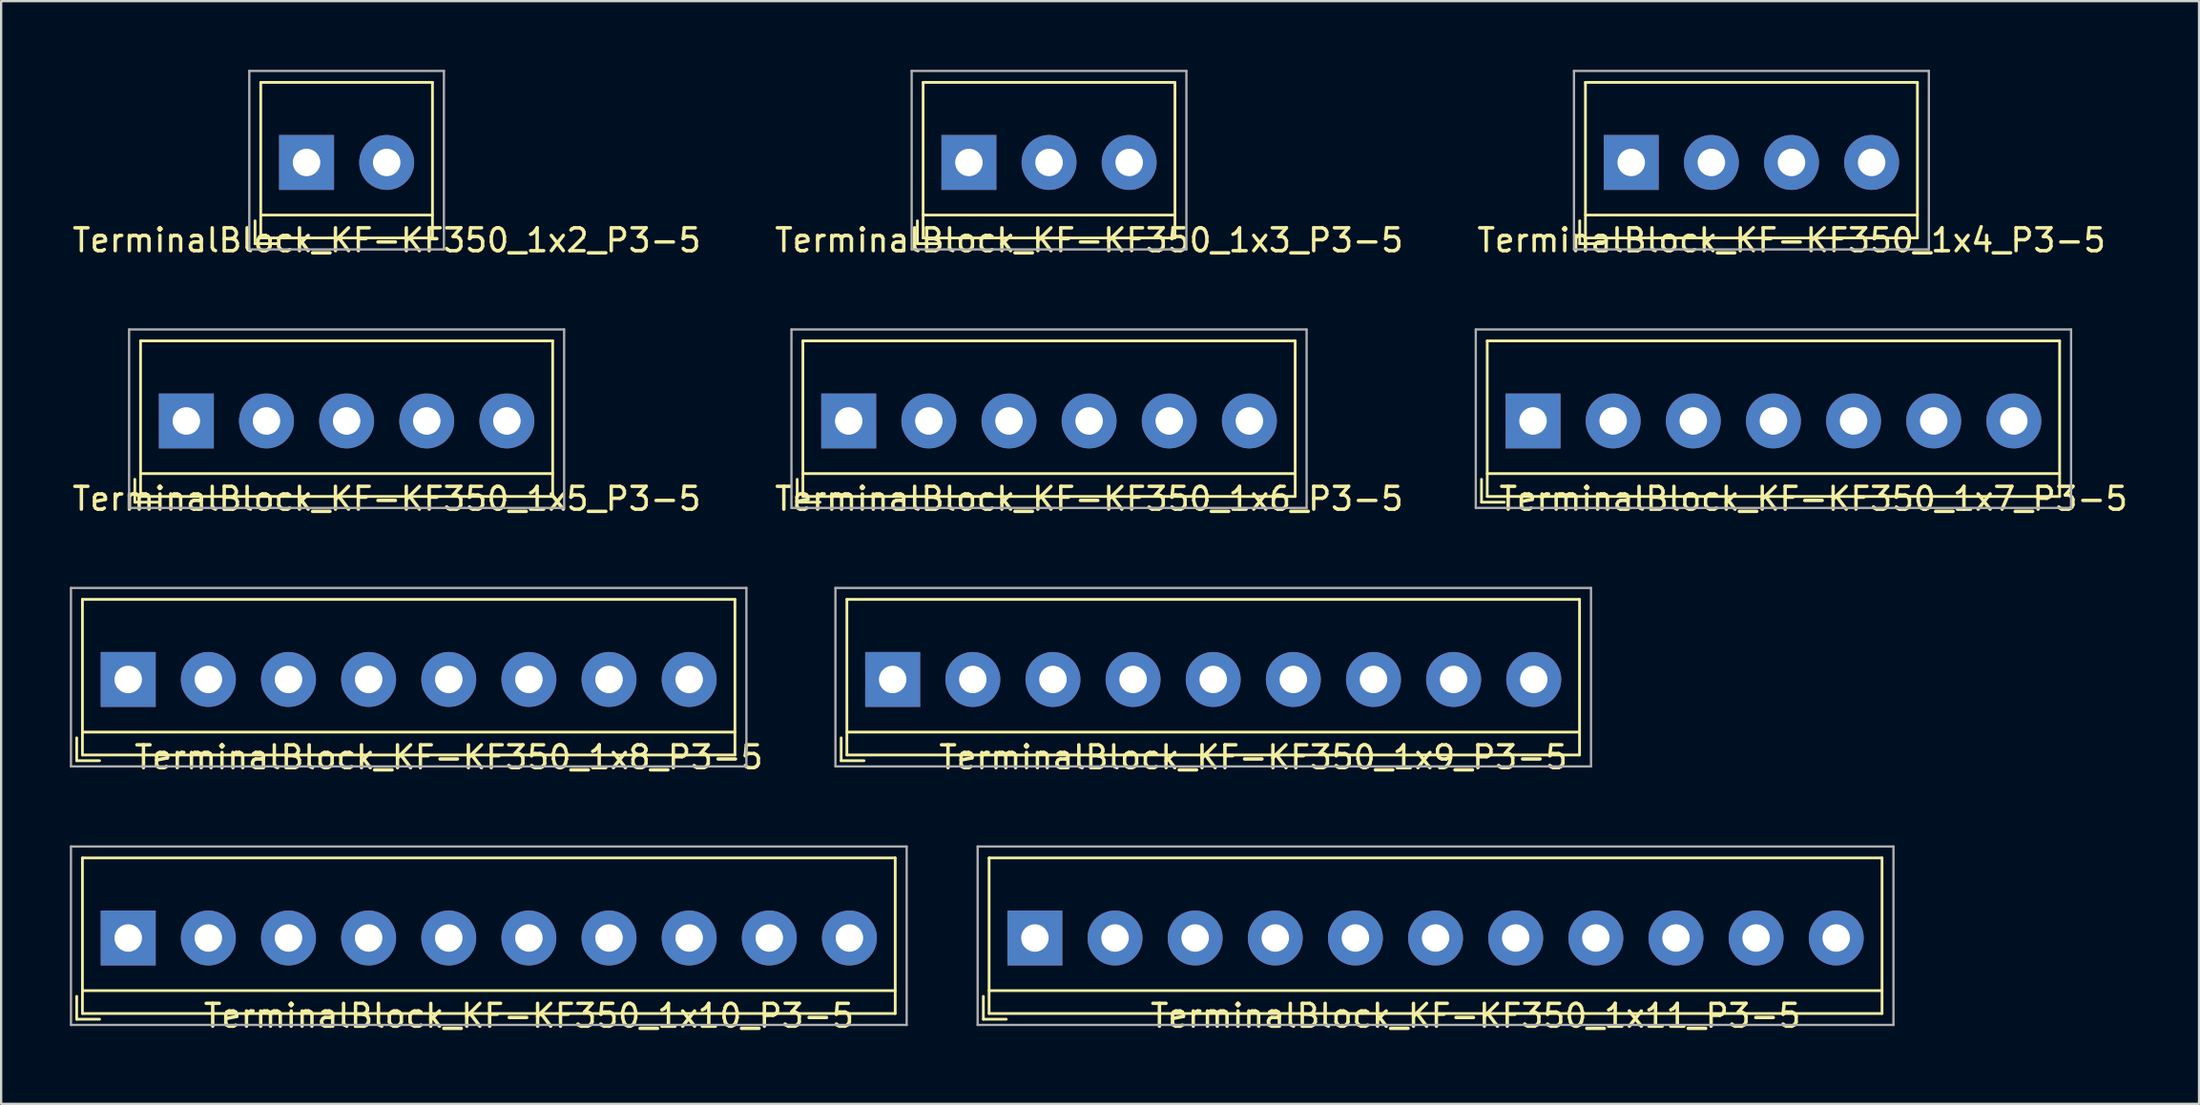
<source format=kicad_pcb>
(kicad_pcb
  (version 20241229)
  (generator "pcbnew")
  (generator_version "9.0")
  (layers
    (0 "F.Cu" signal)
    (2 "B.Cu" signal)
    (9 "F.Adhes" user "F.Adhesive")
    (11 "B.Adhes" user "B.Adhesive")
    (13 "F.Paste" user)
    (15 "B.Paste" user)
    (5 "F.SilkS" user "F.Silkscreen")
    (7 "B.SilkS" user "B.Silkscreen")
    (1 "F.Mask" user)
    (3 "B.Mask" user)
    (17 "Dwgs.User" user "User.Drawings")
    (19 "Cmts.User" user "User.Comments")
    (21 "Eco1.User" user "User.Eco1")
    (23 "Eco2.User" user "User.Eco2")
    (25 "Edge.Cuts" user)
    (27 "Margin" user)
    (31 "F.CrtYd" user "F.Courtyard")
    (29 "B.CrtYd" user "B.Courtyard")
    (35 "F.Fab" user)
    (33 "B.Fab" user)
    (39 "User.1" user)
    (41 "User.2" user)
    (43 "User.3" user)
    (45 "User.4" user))
  (footprint "TerminalBlock_KF-KF350_1x11_P3-5"
    (layer "F.Cu")
    (at 42.15 37.945)
    (property "Reference" "TerminalBlock_KF-KF350_1x11_P3-5" (at 19.25 3.4 0) (layer "F.SilkS") (effects (font (size 1 1) (thickness 0.15))))
    (attr through_hole)
    (fp_line (start -2.25 3.55) (end -2.25 2.55) (stroke (width 0.12) (type solid)) (layer "F.SilkS"))
    (fp_line (start -2.25 3.55) (end -1.25 3.55) (stroke (width 0.12) (type solid)) (layer "F.SilkS"))
    (fp_line (start -2 -3.5) (end 37 -3.5) (stroke (width 0.12) (type solid)) (layer "F.SilkS"))
    (fp_line (start -2 2.3) (end 37 2.3) (stroke (width 0.12) (type solid)) (layer "F.SilkS"))
    (fp_line (start -2 3.3) (end -2 -3.5) (stroke (width 0.12) (type solid)) (layer "F.SilkS"))
    (fp_line (start 37 3.3) (end -2 3.3) (stroke (width 0.12) (type solid)) (layer "F.SilkS"))
    (fp_line (start 37 3.3) (end 37 -3.5) (stroke (width 0.12) (type solid)) (layer "F.SilkS"))
    (fp_line (start -2.5 -4) (end 37.5 -4) (stroke (width 0.1) (type solid)) (layer "F.Fab"))
    (fp_line (start -2.5 3.8) (end -2.5 -4) (stroke (width 0.1) (type solid)) (layer "F.Fab"))
    (fp_line (start 37.5 3.8) (end -2.5 3.8) (stroke (width 0.1) (type solid)) (layer "F.Fab"))
    (fp_line (start 37.5 3.8) (end 37.5 -4) (stroke (width 0.1) (type solid)) (layer "F.Fab"))
    (pad "1" thru_hole rect (at 0 0) (size 2.4 2.4) (drill 1.2) (layers "*.Cu" "*.Mask"))
    (pad "2" thru_hole circle (at 3.5 0) (size 2.4 2.4) (drill 1.2) (layers "*.Cu" "*.Mask"))
    (pad "3" thru_hole circle (at 7 0) (size 2.4 2.4) (drill 1.2) (layers "*.Cu" "*.Mask"))
    (pad "4" thru_hole circle (at 10.5 0) (size 2.4 2.4) (drill 1.2) (layers "*.Cu" "*.Mask"))
    (pad "5" thru_hole circle (at 14 0) (size 2.4 2.4) (drill 1.2) (layers "*.Cu" "*.Mask"))
    (pad "6" thru_hole circle (at 17.5 0) (size 2.4 2.4) (drill 1.2) (layers "*.Cu" "*.Mask"))
    (pad "7" thru_hole circle (at 21 0) (size 2.4 2.4) (drill 1.2) (layers "*.Cu" "*.Mask"))
    (pad "8" thru_hole circle (at 24.5 0) (size 2.4 2.4) (drill 1.2) (layers "*.Cu" "*.Mask"))
    (pad "9" thru_hole circle (at 28 0) (size 2.4 2.4) (drill 1.2) (layers "*.Cu" "*.Mask"))
    (pad "10" thru_hole circle (at 31.5 0) (size 2.4 2.4) (drill 1.2) (layers "*.Cu" "*.Mask"))
    (pad "11" thru_hole circle (at 35 0) (size 2.4 2.4) (drill 1.2) (layers "*.Cu" "*.Mask")))
  (footprint "TerminalBlock_KF-KF350_1x3_P3-5"
    (layer "F.Cu")
    (at 39.268 4.05)
    (property "Reference" "TerminalBlock_KF-KF350_1x3_P3-5" (at 5.25 3.4 0) (layer "F.SilkS") (effects (font (size 1 1) (thickness 0.15))))
    (attr through_hole)
    (fp_line (start -2.25 3.55) (end -2.25 2.55) (stroke (width 0.12) (type solid)) (layer "F.SilkS"))
    (fp_line (start -2.25 3.55) (end -1.25 3.55) (stroke (width 0.12) (type solid)) (layer "F.SilkS"))
    (fp_line (start -2 -3.5) (end 9 -3.5) (stroke (width 0.12) (type solid)) (layer "F.SilkS"))
    (fp_line (start -2 2.3) (end 9 2.3) (stroke (width 0.12) (type solid)) (layer "F.SilkS"))
    (fp_line (start -2 3.3) (end -2 -3.5) (stroke (width 0.12) (type solid)) (layer "F.SilkS"))
    (fp_line (start 9 3.3) (end -2 3.3) (stroke (width 0.12) (type solid)) (layer "F.SilkS"))
    (fp_line (start 9 3.3) (end 9 -3.5) (stroke (width 0.12) (type solid)) (layer "F.SilkS"))
    (fp_line (start -2.5 -4) (end 9.5 -4) (stroke (width 0.1) (type solid)) (layer "F.Fab"))
    (fp_line (start -2.5 3.8) (end -2.5 -4) (stroke (width 0.1) (type solid)) (layer "F.Fab"))
    (fp_line (start 9.5 3.8) (end -2.5 3.8) (stroke (width 0.1) (type solid)) (layer "F.Fab"))
    (fp_line (start 9.5 3.8) (end 9.5 -4) (stroke (width 0.1) (type solid)) (layer "F.Fab"))
    (pad "1" thru_hole rect (at 0 0) (size 2.4 2.4) (drill 1.2) (layers "*.Cu" "*.Mask"))
    (pad "2" thru_hole circle (at 3.5 0) (size 2.4 2.4) (drill 1.2) (layers "*.Cu" "*.Mask"))
    (pad "3" thru_hole circle (at 7 0) (size 2.4 2.4) (drill 1.2) (layers "*.Cu" "*.Mask")))
  (footprint "TerminalBlock_KF-KF350_1x2_P3-5"
    (layer "F.Cu")
    (at 10.339 4.05)
    (property "Reference" "TerminalBlock_KF-KF350_1x2_P3-5" (at 3.5 3.4 0) (layer "F.SilkS") (effects (font (size 1 1) (thickness 0.15))))
    (attr through_hole)
    (fp_line (start -2.25 3.55) (end -2.25 2.55) (stroke (width 0.12) (type solid)) (layer "F.SilkS"))
    (fp_line (start -2.25 3.55) (end -1.25 3.55) (stroke (width 0.12) (type solid)) (layer "F.SilkS"))
    (fp_line (start -2 -3.5) (end 5.5 -3.5) (stroke (width 0.12) (type solid)) (layer "F.SilkS"))
    (fp_line (start -2 2.3) (end 5.5 2.3) (stroke (width 0.12) (type solid)) (layer "F.SilkS"))
    (fp_line (start -2 3.3) (end -2 -3.5) (stroke (width 0.12) (type solid)) (layer "F.SilkS"))
    (fp_line (start 5.5 3.3) (end -2 3.3) (stroke (width 0.12) (type solid)) (layer "F.SilkS"))
    (fp_line (start 5.5 3.3) (end 5.5 -3.5) (stroke (width 0.12) (type solid)) (layer "F.SilkS"))
    (fp_line (start -2.5 -4) (end 6 -4) (stroke (width 0.1) (type solid)) (layer "F.Fab"))
    (fp_line (start -2.5 3.8) (end -2.5 -4) (stroke (width 0.1) (type solid)) (layer "F.Fab"))
    (fp_line (start 6 3.8) (end -2.5 3.8) (stroke (width 0.1) (type solid)) (layer "F.Fab"))
    (fp_line (start 6 3.8) (end 6 -4) (stroke (width 0.1) (type solid)) (layer "F.Fab"))
    (pad "1" thru_hole rect (at 0 0) (size 2.4 2.4) (drill 1.2) (layers "*.Cu" "*.Mask"))
    (pad "2" thru_hole circle (at 3.5 0) (size 2.4 2.4) (drill 1.2) (layers "*.Cu" "*.Mask")))
  (footprint "TerminalBlock_KF-KF350_1x7_P3-5"
    (layer "F.Cu")
    (at 63.907 15.348)
    (property "Reference" "TerminalBlock_KF-KF350_1x7_P3-5" (at 12.25 3.4 0) (layer "F.SilkS") (effects (font (size 1 1) (thickness 0.15))))
    (attr through_hole)
    (fp_line (start -2.25 3.55) (end -2.25 2.55) (stroke (width 0.12) (type solid)) (layer "F.SilkS"))
    (fp_line (start -2.25 3.55) (end -1.25 3.55) (stroke (width 0.12) (type solid)) (layer "F.SilkS"))
    (fp_line (start -2 -3.5) (end 23 -3.5) (stroke (width 0.12) (type solid)) (layer "F.SilkS"))
    (fp_line (start -2 2.3) (end 23 2.3) (stroke (width 0.12) (type solid)) (layer "F.SilkS"))
    (fp_line (start -2 3.3) (end -2 -3.5) (stroke (width 0.12) (type solid)) (layer "F.SilkS"))
    (fp_line (start 23 3.3) (end -2 3.3) (stroke (width 0.12) (type solid)) (layer "F.SilkS"))
    (fp_line (start 23 3.3) (end 23 -3.5) (stroke (width 0.12) (type solid)) (layer "F.SilkS"))
    (fp_line (start -2.5 -4) (end 23.5 -4) (stroke (width 0.1) (type solid)) (layer "F.Fab"))
    (fp_line (start -2.5 3.8) (end -2.5 -4) (stroke (width 0.1) (type solid)) (layer "F.Fab"))
    (fp_line (start 23.5 3.8) (end -2.5 3.8) (stroke (width 0.1) (type solid)) (layer "F.Fab"))
    (fp_line (start 23.5 3.8) (end 23.5 -4) (stroke (width 0.1) (type solid)) (layer "F.Fab"))
    (pad "1" thru_hole rect (at 0 0) (size 2.4 2.4) (drill 1.2) (layers "*.Cu" "*.Mask"))
    (pad "2" thru_hole circle (at 3.5 0) (size 2.4 2.4) (drill 1.2) (layers "*.Cu" "*.Mask"))
    (pad "3" thru_hole circle (at 7 0) (size 2.4 2.4) (drill 1.2) (layers "*.Cu" "*.Mask"))
    (pad "4" thru_hole circle (at 10.5 0) (size 2.4 2.4) (drill 1.2) (layers "*.Cu" "*.Mask"))
    (pad "5" thru_hole circle (at 14 0) (size 2.4 2.4) (drill 1.2) (layers "*.Cu" "*.Mask"))
    (pad "6" thru_hole circle (at 17.5 0) (size 2.4 2.4) (drill 1.2) (layers "*.Cu" "*.Mask"))
    (pad "7" thru_hole circle (at 21 0) (size 2.4 2.4) (drill 1.2) (layers "*.Cu" "*.Mask")))
  (footprint "TerminalBlock_KF-KF350_1x5_P3-5"
    (layer "F.Cu")
    (at 5.089 15.348)
    (property "Reference" "TerminalBlock_KF-KF350_1x5_P3-5" (at 8.75 3.4 0) (layer "F.SilkS") (effects (font (size 1 1) (thickness 0.15))))
    (attr through_hole)
    (fp_line (start -2.25 3.55) (end -2.25 2.55) (stroke (width 0.12) (type solid)) (layer "F.SilkS"))
    (fp_line (start -2.25 3.55) (end -1.25 3.55) (stroke (width 0.12) (type solid)) (layer "F.SilkS"))
    (fp_line (start -2 -3.5) (end 16 -3.5) (stroke (width 0.12) (type solid)) (layer "F.SilkS"))
    (fp_line (start -2 2.3) (end 16 2.3) (stroke (width 0.12) (type solid)) (layer "F.SilkS"))
    (fp_line (start -2 3.3) (end -2 -3.5) (stroke (width 0.12) (type solid)) (layer "F.SilkS"))
    (fp_line (start 16 3.3) (end -2 3.3) (stroke (width 0.12) (type solid)) (layer "F.SilkS"))
    (fp_line (start 16 3.3) (end 16 -3.5) (stroke (width 0.12) (type solid)) (layer "F.SilkS"))
    (fp_line (start -2.5 -4) (end 16.5 -4) (stroke (width 0.1) (type solid)) (layer "F.Fab"))
    (fp_line (start -2.5 3.8) (end -2.5 -4) (stroke (width 0.1) (type solid)) (layer "F.Fab"))
    (fp_line (start 16.5 3.8) (end -2.5 3.8) (stroke (width 0.1) (type solid)) (layer "F.Fab"))
    (fp_line (start 16.5 3.8) (end 16.5 -4) (stroke (width 0.1) (type solid)) (layer "F.Fab"))
    (pad "1" thru_hole rect (at 0 0) (size 2.4 2.4) (drill 1.2) (layers "*.Cu" "*.Mask"))
    (pad "2" thru_hole circle (at 3.5 0) (size 2.4 2.4) (drill 1.2) (layers "*.Cu" "*.Mask"))
    (pad "3" thru_hole circle (at 7 0) (size 2.4 2.4) (drill 1.2) (layers "*.Cu" "*.Mask"))
    (pad "4" thru_hole circle (at 10.5 0) (size 2.4 2.4) (drill 1.2) (layers "*.Cu" "*.Mask"))
    (pad "5" thru_hole circle (at 14 0) (size 2.4 2.4) (drill 1.2) (layers "*.Cu" "*.Mask")))
  (footprint "TerminalBlock_KF-KF350_1x6_P3-5"
    (layer "F.Cu")
    (at 34.018 15.348)
    (property "Reference" "TerminalBlock_KF-KF350_1x6_P3-5" (at 10.5 3.4 0) (layer "F.SilkS") (effects (font (size 1 1) (thickness 0.15))))
    (attr through_hole)
    (fp_line (start -2.25 3.55) (end -2.25 2.55) (stroke (width 0.12) (type solid)) (layer "F.SilkS"))
    (fp_line (start -2.25 3.55) (end -1.25 3.55) (stroke (width 0.12) (type solid)) (layer "F.SilkS"))
    (fp_line (start -2 -3.5) (end 19.5 -3.5) (stroke (width 0.12) (type solid)) (layer "F.SilkS"))
    (fp_line (start -2 2.3) (end 19.5 2.3) (stroke (width 0.12) (type solid)) (layer "F.SilkS"))
    (fp_line (start -2 3.3) (end -2 -3.5) (stroke (width 0.12) (type solid)) (layer "F.SilkS"))
    (fp_line (start 19.5 3.3) (end -2 3.3) (stroke (width 0.12) (type solid)) (layer "F.SilkS"))
    (fp_line (start 19.5 3.3) (end 19.5 -3.5) (stroke (width 0.12) (type solid)) (layer "F.SilkS"))
    (fp_line (start -2.5 -4) (end 20 -4) (stroke (width 0.1) (type solid)) (layer "F.Fab"))
    (fp_line (start -2.5 3.8) (end -2.5 -4) (stroke (width 0.1) (type solid)) (layer "F.Fab"))
    (fp_line (start 20 3.8) (end -2.5 3.8) (stroke (width 0.1) (type solid)) (layer "F.Fab"))
    (fp_line (start 20 3.8) (end 20 -4) (stroke (width 0.1) (type solid)) (layer "F.Fab"))
    (pad "1" thru_hole rect (at 0 0) (size 2.4 2.4) (drill 1.2) (layers "*.Cu" "*.Mask"))
    (pad "2" thru_hole circle (at 3.5 0) (size 2.4 2.4) (drill 1.2) (layers "*.Cu" "*.Mask"))
    (pad "3" thru_hole circle (at 7 0) (size 2.4 2.4) (drill 1.2) (layers "*.Cu" "*.Mask"))
    (pad "4" thru_hole circle (at 10.5 0) (size 2.4 2.4) (drill 1.2) (layers "*.Cu" "*.Mask"))
    (pad "5" thru_hole circle (at 14 0) (size 2.4 2.4) (drill 1.2) (layers "*.Cu" "*.Mask"))
    (pad "6" thru_hole circle (at 17.5 0) (size 2.4 2.4) (drill 1.2) (layers "*.Cu" "*.Mask")))
  (footprint "TerminalBlock_KF-KF350_1x10_P3-5"
    (layer "F.Cu")
    (at 2.55 37.945)
    (property "Reference" "TerminalBlock_KF-KF350_1x10_P3-5" (at 17.5 3.4 0) (layer "F.SilkS") (effects (font (size 1 1) (thickness 0.15))))
    (attr through_hole)
    (fp_line (start -2.25 3.55) (end -2.25 2.55) (stroke (width 0.12) (type solid)) (layer "F.SilkS"))
    (fp_line (start -2.25 3.55) (end -1.25 3.55) (stroke (width 0.12) (type solid)) (layer "F.SilkS"))
    (fp_line (start -2 -3.5) (end 33.5 -3.5) (stroke (width 0.12) (type solid)) (layer "F.SilkS"))
    (fp_line (start -2 2.3) (end 33.5 2.3) (stroke (width 0.12) (type solid)) (layer "F.SilkS"))
    (fp_line (start -2 3.3) (end -2 -3.5) (stroke (width 0.12) (type solid)) (layer "F.SilkS"))
    (fp_line (start 33.5 3.3) (end -2 3.3) (stroke (width 0.12) (type solid)) (layer "F.SilkS"))
    (fp_line (start 33.5 3.3) (end 33.5 -3.5) (stroke (width 0.12) (type solid)) (layer "F.SilkS"))
    (fp_line (start -2.5 -4) (end 34 -4) (stroke (width 0.1) (type solid)) (layer "F.Fab"))
    (fp_line (start -2.5 3.8) (end -2.5 -4) (stroke (width 0.1) (type solid)) (layer "F.Fab"))
    (fp_line (start 34 3.8) (end -2.5 3.8) (stroke (width 0.1) (type solid)) (layer "F.Fab"))
    (fp_line (start 34 3.8) (end 34 -4) (stroke (width 0.1) (type solid)) (layer "F.Fab"))
    (pad "1" thru_hole rect (at 0 0) (size 2.4 2.4) (drill 1.2) (layers "*.Cu" "*.Mask"))
    (pad "2" thru_hole circle (at 3.5 0) (size 2.4 2.4) (drill 1.2) (layers "*.Cu" "*.Mask"))
    (pad "3" thru_hole circle (at 7 0) (size 2.4 2.4) (drill 1.2) (layers "*.Cu" "*.Mask"))
    (pad "4" thru_hole circle (at 10.5 0) (size 2.4 2.4) (drill 1.2) (layers "*.Cu" "*.Mask"))
    (pad "5" thru_hole circle (at 14 0) (size 2.4 2.4) (drill 1.2) (layers "*.Cu" "*.Mask"))
    (pad "6" thru_hole circle (at 17.5 0) (size 2.4 2.4) (drill 1.2) (layers "*.Cu" "*.Mask"))
    (pad "7" thru_hole circle (at 21 0) (size 2.4 2.4) (drill 1.2) (layers "*.Cu" "*.Mask"))
    (pad "8" thru_hole circle (at 24.5 0) (size 2.4 2.4) (drill 1.2) (layers "*.Cu" "*.Mask"))
    (pad "9" thru_hole circle (at 28 0) (size 2.4 2.4) (drill 1.2) (layers "*.Cu" "*.Mask"))
    (pad "10" thru_hole circle (at 31.5 0) (size 2.4 2.4) (drill 1.2) (layers "*.Cu" "*.Mask")))
  (footprint "TerminalBlock_KF-KF350_1x8_P3-5"
    (layer "F.Cu")
    (at 2.55 26.646)
    (property "Reference" "TerminalBlock_KF-KF350_1x8_P3-5" (at 14 3.4 0) (layer "F.SilkS") (effects (font (size 1 1) (thickness 0.15))))
    (attr through_hole)
    (fp_line (start -2.25 3.55) (end -2.25 2.55) (stroke (width 0.12) (type solid)) (layer "F.SilkS"))
    (fp_line (start -2.25 3.55) (end -1.25 3.55) (stroke (width 0.12) (type solid)) (layer "F.SilkS"))
    (fp_line (start -2 -3.5) (end 26.5 -3.5) (stroke (width 0.12) (type solid)) (layer "F.SilkS"))
    (fp_line (start -2 2.3) (end 26.5 2.3) (stroke (width 0.12) (type solid)) (layer "F.SilkS"))
    (fp_line (start -2 3.3) (end -2 -3.5) (stroke (width 0.12) (type solid)) (layer "F.SilkS"))
    (fp_line (start 26.5 3.3) (end -2 3.3) (stroke (width 0.12) (type solid)) (layer "F.SilkS"))
    (fp_line (start 26.5 3.3) (end 26.5 -3.5) (stroke (width 0.12) (type solid)) (layer "F.SilkS"))
    (fp_line (start -2.5 -4) (end 27 -4) (stroke (width 0.1) (type solid)) (layer "F.Fab"))
    (fp_line (start -2.5 3.8) (end -2.5 -4) (stroke (width 0.1) (type solid)) (layer "F.Fab"))
    (fp_line (start 27 3.8) (end -2.5 3.8) (stroke (width 0.1) (type solid)) (layer "F.Fab"))
    (fp_line (start 27 3.8) (end 27 -4) (stroke (width 0.1) (type solid)) (layer "F.Fab"))
    (pad "1" thru_hole rect (at 0 0) (size 2.4 2.4) (drill 1.2) (layers "*.Cu" "*.Mask"))
    (pad "2" thru_hole circle (at 3.5 0) (size 2.4 2.4) (drill 1.2) (layers "*.Cu" "*.Mask"))
    (pad "3" thru_hole circle (at 7 0) (size 2.4 2.4) (drill 1.2) (layers "*.Cu" "*.Mask"))
    (pad "4" thru_hole circle (at 10.5 0) (size 2.4 2.4) (drill 1.2) (layers "*.Cu" "*.Mask"))
    (pad "5" thru_hole circle (at 14 0) (size 2.4 2.4) (drill 1.2) (layers "*.Cu" "*.Mask"))
    (pad "6" thru_hole circle (at 17.5 0) (size 2.4 2.4) (drill 1.2) (layers "*.Cu" "*.Mask"))
    (pad "7" thru_hole circle (at 21 0) (size 2.4 2.4) (drill 1.2) (layers "*.Cu" "*.Mask"))
    (pad "8" thru_hole circle (at 24.5 0) (size 2.4 2.4) (drill 1.2) (layers "*.Cu" "*.Mask")))
  (footprint "TerminalBlock_KF-KF350_1x9_P3-5"
    (layer "F.Cu")
    (at 35.939 26.646)
    (property "Reference" "TerminalBlock_KF-KF350_1x9_P3-5" (at 15.75 3.4 0) (layer "F.SilkS") (effects (font (size 1 1) (thickness 0.15))))
    (attr through_hole)
    (fp_line (start -2.25 3.55) (end -2.25 2.55) (stroke (width 0.12) (type solid)) (layer "F.SilkS"))
    (fp_line (start -2.25 3.55) (end -1.25 3.55) (stroke (width 0.12) (type solid)) (layer "F.SilkS"))
    (fp_line (start -2 -3.5) (end 30 -3.5) (stroke (width 0.12) (type solid)) (layer "F.SilkS"))
    (fp_line (start -2 2.3) (end 30 2.3) (stroke (width 0.12) (type solid)) (layer "F.SilkS"))
    (fp_line (start -2 3.3) (end -2 -3.5) (stroke (width 0.12) (type solid)) (layer "F.SilkS"))
    (fp_line (start 30 3.3) (end -2 3.3) (stroke (width 0.12) (type solid)) (layer "F.SilkS"))
    (fp_line (start 30 3.3) (end 30 -3.5) (stroke (width 0.12) (type solid)) (layer "F.SilkS"))
    (fp_line (start -2.5 -4) (end 30.5 -4) (stroke (width 0.1) (type solid)) (layer "F.Fab"))
    (fp_line (start -2.5 3.8) (end -2.5 -4) (stroke (width 0.1) (type solid)) (layer "F.Fab"))
    (fp_line (start 30.5 3.8) (end -2.5 3.8) (stroke (width 0.1) (type solid)) (layer "F.Fab"))
    (fp_line (start 30.5 3.8) (end 30.5 -4) (stroke (width 0.1) (type solid)) (layer "F.Fab"))
    (pad "1" thru_hole rect (at 0 0) (size 2.4 2.4) (drill 1.2) (layers "*.Cu" "*.Mask"))
    (pad "2" thru_hole circle (at 3.5 0) (size 2.4 2.4) (drill 1.2) (layers "*.Cu" "*.Mask"))
    (pad "3" thru_hole circle (at 7 0) (size 2.4 2.4) (drill 1.2) (layers "*.Cu" "*.Mask"))
    (pad "4" thru_hole circle (at 10.5 0) (size 2.4 2.4) (drill 1.2) (layers "*.Cu" "*.Mask"))
    (pad "5" thru_hole circle (at 14 0) (size 2.4 2.4) (drill 1.2) (layers "*.Cu" "*.Mask"))
    (pad "6" thru_hole circle (at 17.5 0) (size 2.4 2.4) (drill 1.2) (layers "*.Cu" "*.Mask"))
    (pad "7" thru_hole circle (at 21 0) (size 2.4 2.4) (drill 1.2) (layers "*.Cu" "*.Mask"))
    (pad "8" thru_hole circle (at 24.5 0) (size 2.4 2.4) (drill 1.2) (layers "*.Cu" "*.Mask"))
    (pad "9" thru_hole circle (at 28 0) (size 2.4 2.4) (drill 1.2) (layers "*.Cu" "*.Mask")))
  (footprint "TerminalBlock_KF-KF350_1x4_P3-5"
    (layer "F.Cu")
    (at 68.196 4.05)
    (property "Reference" "TerminalBlock_KF-KF350_1x4_P3-5" (at 7 3.4 0) (layer "F.SilkS") (effects (font (size 1 1) (thickness 0.15))))
    (attr through_hole)
    (fp_line (start -2.25 3.55) (end -2.25 2.55) (stroke (width 0.12) (type solid)) (layer "F.SilkS"))
    (fp_line (start -2.25 3.55) (end -1.25 3.55) (stroke (width 0.12) (type solid)) (layer "F.SilkS"))
    (fp_line (start -2 -3.5) (end 12.5 -3.5) (stroke (width 0.12) (type solid)) (layer "F.SilkS"))
    (fp_line (start -2 2.3) (end 12.5 2.3) (stroke (width 0.12) (type solid)) (layer "F.SilkS"))
    (fp_line (start -2 3.3) (end -2 -3.5) (stroke (width 0.12) (type solid)) (layer "F.SilkS"))
    (fp_line (start 12.5 3.3) (end -2 3.3) (stroke (width 0.12) (type solid)) (layer "F.SilkS"))
    (fp_line (start 12.5 3.3) (end 12.5 -3.5) (stroke (width 0.12) (type solid)) (layer "F.SilkS"))
    (fp_line (start -2.5 -4) (end 13 -4) (stroke (width 0.1) (type solid)) (layer "F.Fab"))
    (fp_line (start -2.5 3.8) (end -2.5 -4) (stroke (width 0.1) (type solid)) (layer "F.Fab"))
    (fp_line (start 13 3.8) (end -2.5 3.8) (stroke (width 0.1) (type solid)) (layer "F.Fab"))
    (fp_line (start 13 3.8) (end 13 -4) (stroke (width 0.1) (type solid)) (layer "F.Fab"))
    (pad "1" thru_hole rect (at 0 0) (size 2.4 2.4) (drill 1.2) (layers "*.Cu" "*.Mask"))
    (pad "2" thru_hole circle (at 3.5 0) (size 2.4 2.4) (drill 1.2) (layers "*.Cu" "*.Mask"))
    (pad "3" thru_hole circle (at 7 0) (size 2.4 2.4) (drill 1.2) (layers "*.Cu" "*.Mask"))
    (pad "4" thru_hole circle (at 10.5 0) (size 2.4 2.4) (drill 1.2) (layers "*.Cu" "*.Mask")))
  (gr_rect
    (start -3 -3)
    (end 92.996 45.193)
    (stroke (width 0.1) (type default))
    (fill no)
    (layer "Edge.Cuts")))
</source>
